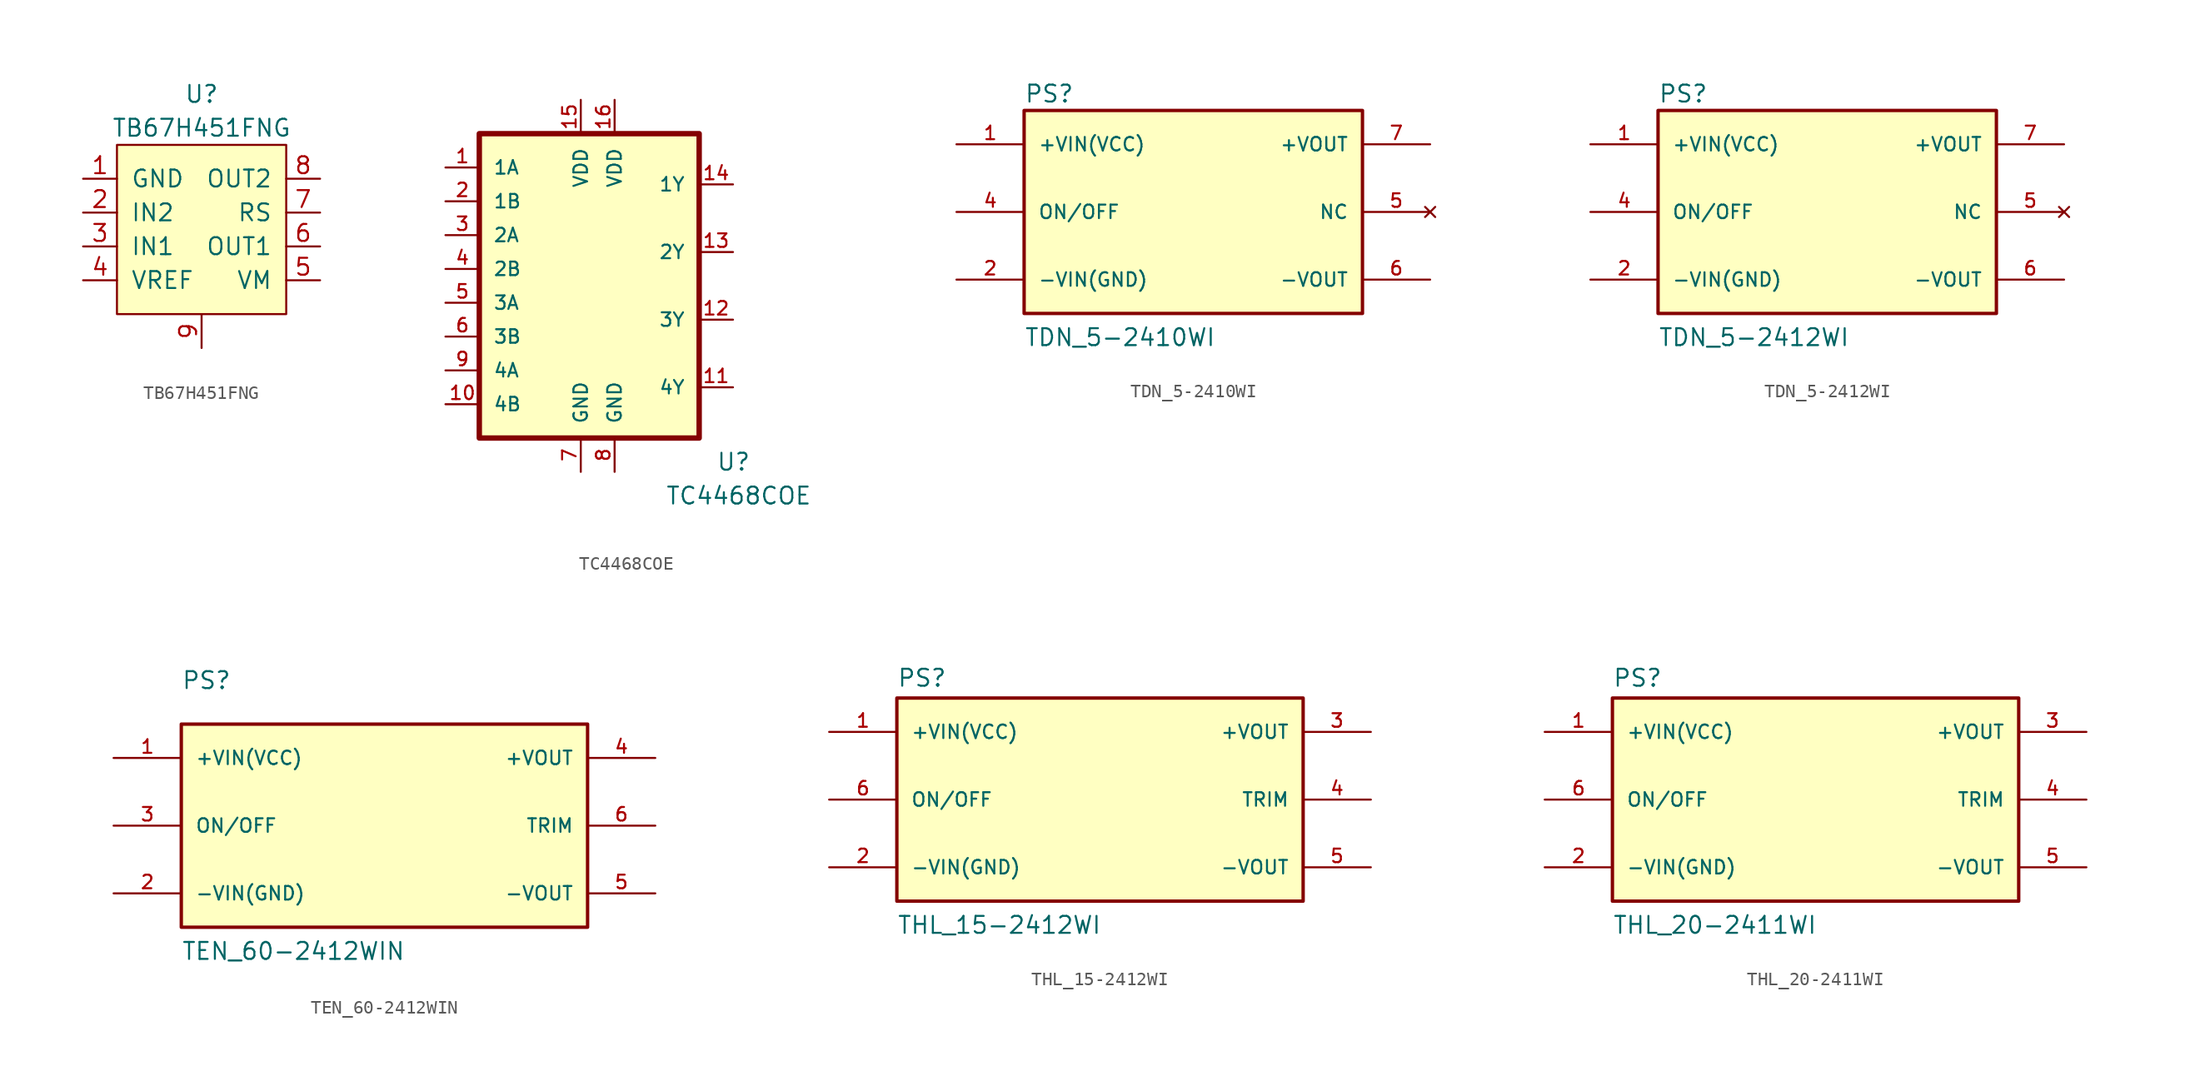
<source format=kicad_sym>
(kicad_symbol_lib
  (version 20220914)
  (generator kicad_symbol_editor)
  (symbol "TB67H451FNG"
    (pin_names
      (offset 1.016))
    (property "Reference" "U"
      (at 0 10.16 0)
      (effects (font (size 1.27 1.27))))
    (property "Value" "TB67H451FNG"
      (at 0 7.62 0)
      (effects (font (size 1.27 1.27))))
    (symbol "TB67H451FNG_0_1"
      (rectangle (start -6.35 6.35) (end 6.35 -6.35) (stroke (width 0) (type default)) (fill (type background))))
    (symbol "TB67H451FNG_1_1"
      (pin passive line (at -8.89 3.81 0) (length 2.54) (name "GND" (effects (font (size 1.27 1.27)))) (number "1" (effects (font (size 1.27 1.27)))))
      (pin input line (at -8.89 1.27 0) (length 2.54) (name "IN2" (effects (font (size 1.27 1.27)))) (number "2" (effects (font (size 1.27 1.27)))))
      (pin input line (at -8.89 -1.27 0) (length 2.54) (name "IN1" (effects (font (size 1.27 1.27)))) (number "3" (effects (font (size 1.27 1.27)))))
      (pin input line (at -8.89 -3.81 0) (length 2.54) (name "VREF" (effects (font (size 1.27 1.27)))) (number "4" (effects (font (size 1.27 1.27)))))
      (pin power_in line (at 8.89 -3.81 180) (length 2.54) (name "VM" (effects (font (size 1.27 1.27)))) (number "5" (effects (font (size 1.27 1.27)))))
      (pin power_out line (at 8.89 -1.27 180) (length 2.54) (name "OUT1" (effects (font (size 1.27 1.27)))) (number "6" (effects (font (size 1.27 1.27)))))
      (pin input line (at 8.89 1.27 180) (length 2.54) (name "RS" (effects (font (size 1.27 1.27)))) (number "7" (effects (font (size 1.27 1.27)))))
      (pin power_out line (at 8.89 3.81 180) (length 2.54) (name "OUT2" (effects (font (size 1.27 1.27)))) (number "8" (effects (font (size 1.27 1.27)))))
      (pin unspecified line (at 0 -8.89 90) (length 2.54) (name "" (effects (font (size 1.27 1.27)))) (number "9" (effects (font (size 1.27 1.27)))))))
  (symbol "TC4468COE"
    (pin_names
      (offset 1.016))
    (property "Reference" "U"
      (at 8.89 -13.97 0)
      (effects (font (size 1.27 1.27)) (justify left bottom)))
    (property "Value" "TC4468COE"
      (at 5.08 -16.51 0)
      (effects (font (size 1.27 1.27)) (justify left bottom)))
    (symbol "TC4468COE_0_0"
      (rectangle (start -8.89 -11.43) (end 7.62 11.43) (stroke (width 0.406) (type default)) (fill (type background)))
      (pin input line (at -11.43 8.89 0) (length 2.54) (name "1A" (effects (font (size 1.016 1.016)))) (number "1" (effects (font (size 1.016 1.016)))))
      (pin input line (at -11.43 -8.89 0) (length 2.54) (name "4B" (effects (font (size 1.016 1.016)))) (number "10" (effects (font (size 1.016 1.016)))))
      (pin output line (at 10.16 -7.62 180) (length 2.54) (name "4Y" (effects (font (size 1.016 1.016)))) (number "11" (effects (font (size 1.016 1.016)))))
      (pin output line (at 10.16 -2.54 180) (length 2.54) (name "3Y" (effects (font (size 1.016 1.016)))) (number "12" (effects (font (size 1.016 1.016)))))
      (pin output line (at 10.16 2.54 180) (length 2.54) (name "2Y" (effects (font (size 1.016 1.016)))) (number "13" (effects (font (size 1.016 1.016)))))
      (pin output line (at 10.16 7.62 180) (length 2.54) (name "1Y" (effects (font (size 1.016 1.016)))) (number "14" (effects (font (size 1.016 1.016)))))
      (pin power_in line (at -1.27 13.97 270) (length 2.54) (name "VDD" (effects (font (size 1.016 1.016)))) (number "15" (effects (font (size 1.016 1.016)))))
      (pin power_in line (at 1.27 13.97 270) (length 2.54) (name "VDD" (effects (font (size 1.016 1.016)))) (number "16" (effects (font (size 1.016 1.016)))))
      (pin input line (at -11.43 6.35 0) (length 2.54) (name "1B" (effects (font (size 1.016 1.016)))) (number "2" (effects (font (size 1.016 1.016)))))
      (pin input line (at -11.43 3.81 0) (length 2.54) (name "2A" (effects (font (size 1.016 1.016)))) (number "3" (effects (font (size 1.016 1.016)))))
      (pin input line (at -11.43 1.27 0) (length 2.54) (name "2B" (effects (font (size 1.016 1.016)))) (number "4" (effects (font (size 1.016 1.016)))))
      (pin input line (at -11.43 -1.27 0) (length 2.54) (name "3A" (effects (font (size 1.016 1.016)))) (number "5" (effects (font (size 1.016 1.016)))))
      (pin input line (at -11.43 -3.81 0) (length 2.54) (name "3B" (effects (font (size 1.016 1.016)))) (number "6" (effects (font (size 1.016 1.016)))))
      (pin power_in line (at -1.27 -13.97 90) (length 2.54) (name "GND" (effects (font (size 1.016 1.016)))) (number "7" (effects (font (size 1.016 1.016)))))
      (pin power_in line (at 1.27 -13.97 90) (length 2.54) (name "GND" (effects (font (size 1.016 1.016)))) (number "8" (effects (font (size 1.016 1.016)))))
      (pin input line (at -11.43 -6.35 0) (length 2.54) (name "4A" (effects (font (size 1.016 1.016)))) (number "9" (effects (font (size 1.016 1.016)))))))
  (symbol "TDN_5-2410WI"
    (pin_names
      (offset 1.016))
    (property "Reference" "PS"
      (at -12.7 8.128 0)
      (effects (font (size 1.27 1.27)) (justify left bottom)))
    (property "Value" "TDN_5-2410WI"
      (at -12.7 -10.16 0)
      (effects (font (size 1.27 1.27)) (justify left bottom)))
    (symbol "TDN_5-2410WI_0_0"
      (rectangle (start -12.7 -7.62) (end 12.7 7.62) (stroke (width 0.254) (type default)) (fill (type background)))
      (pin input line (at -17.78 5.08 0) (length 5.08) (name "+VIN(VCC)" (effects (font (size 1.016 1.016)))) (number "1" (effects (font (size 1.016 1.016)))))
      (pin input line (at -17.78 -5.08 0) (length 5.08) (name "-VIN(GND)" (effects (font (size 1.016 1.016)))) (number "2" (effects (font (size 1.016 1.016)))))
      (pin input line (at -17.78 0 0) (length 5.08) (name "ON/OFF" (effects (font (size 1.016 1.016)))) (number "4" (effects (font (size 1.016 1.016)))))
      (pin no_connect line (at 17.78 0 180) (length 5.08) (name "NC" (effects (font (size 1.016 1.016)))) (number "5" (effects (font (size 1.016 1.016)))))
      (pin output line (at 17.78 -5.08 180) (length 5.08) (name "-VOUT" (effects (font (size 1.016 1.016)))) (number "6" (effects (font (size 1.016 1.016)))))
      (pin output line (at 17.78 5.08 180) (length 5.08) (name "+VOUT" (effects (font (size 1.016 1.016)))) (number "7" (effects (font (size 1.016 1.016)))))))
  (symbol "TDN_5-2412WI"
    (pin_names
      (offset 1.016))
    (property "Reference" "PS"
      (at -12.7 8.128 0)
      (effects (font (size 1.27 1.27)) (justify left bottom)))
    (property "Value" "TDN_5-2412WI"
      (at -12.7 -10.16 0)
      (effects (font (size 1.27 1.27)) (justify left bottom)))
    (symbol "TDN_5-2412WI_0_0"
      (rectangle (start -12.7 -7.62) (end 12.7 7.62) (stroke (width 0.254) (type default)) (fill (type background)))
      (pin input line (at -17.78 5.08 0) (length 5.08) (name "+VIN(VCC)" (effects (font (size 1.016 1.016)))) (number "1" (effects (font (size 1.016 1.016)))))
      (pin input line (at -17.78 -5.08 0) (length 5.08) (name "-VIN(GND)" (effects (font (size 1.016 1.016)))) (number "2" (effects (font (size 1.016 1.016)))))
      (pin input line (at -17.78 0 0) (length 5.08) (name "ON/OFF" (effects (font (size 1.016 1.016)))) (number "4" (effects (font (size 1.016 1.016)))))
      (pin no_connect line (at 17.78 0 180) (length 5.08) (name "NC" (effects (font (size 1.016 1.016)))) (number "5" (effects (font (size 1.016 1.016)))))
      (pin output line (at 17.78 -5.08 180) (length 5.08) (name "-VOUT" (effects (font (size 1.016 1.016)))) (number "6" (effects (font (size 1.016 1.016)))))
      (pin output line (at 17.78 5.08 180) (length 5.08) (name "+VOUT" (effects (font (size 1.016 1.016)))) (number "7" (effects (font (size 1.016 1.016)))))))
  (symbol "TEN_60-2412WIN"
    (pin_names
      (offset 1.016))
    (property "Reference" "PS"
      (at -15.24 10.16 0)
      (effects (font (size 1.27 1.27)) (justify left bottom)))
    (property "Value" "TEN_60-2412WIN"
      (at -15.24 -10.16 0)
      (effects (font (size 1.27 1.27)) (justify left bottom)))
    (symbol "TEN_60-2412WIN_0_0"
      (rectangle (start -15.24 -7.62) (end 15.24 7.62) (stroke (width 0.254) (type default)) (fill (type background)))
      (pin input line (at -20.32 5.08 0) (length 5.08) (name "+VIN(VCC)" (effects (font (size 1.016 1.016)))) (number "1" (effects (font (size 1.016 1.016)))))
      (pin input line (at -20.32 -5.08 0) (length 5.08) (name "-VIN(GND)" (effects (font (size 1.016 1.016)))) (number "2" (effects (font (size 1.016 1.016)))))
      (pin input line (at -20.32 0 0) (length 5.08) (name "ON/OFF" (effects (font (size 1.016 1.016)))) (number "3" (effects (font (size 1.016 1.016)))))
      (pin output line (at 20.32 5.08 180) (length 5.08) (name "+VOUT" (effects (font (size 1.016 1.016)))) (number "4" (effects (font (size 1.016 1.016)))))
      (pin output line (at 20.32 -5.08 180) (length 5.08) (name "-VOUT" (effects (font (size 1.016 1.016)))) (number "5" (effects (font (size 1.016 1.016)))))
      (pin passive line (at 20.32 0 180) (length 5.08) (name "TRIM" (effects (font (size 1.016 1.016)))) (number "6" (effects (font (size 1.016 1.016)))))))
  (symbol "THL_15-2412WI"
    (pin_names
      (offset 1.016))
    (property "Reference" "PS"
      (at -15.24 8.382 0)
      (effects (font (size 1.27 1.27)) (justify left bottom)))
    (property "Value" "THL_15-2412WI"
      (at -15.24 -10.16 0)
      (effects (font (size 1.27 1.27)) (justify left bottom)))
    (symbol "THL_15-2412WI_0_0"
      (rectangle (start -15.24 -7.62) (end 15.24 7.62) (stroke (width 0.254) (type default)) (fill (type background)))
      (pin input line (at -20.32 5.08 0) (length 5.08) (name "+VIN(VCC)" (effects (font (size 1.016 1.016)))) (number "1" (effects (font (size 1.016 1.016)))))
      (pin input line (at -20.32 -5.08 0) (length 5.08) (name "-VIN(GND)" (effects (font (size 1.016 1.016)))) (number "2" (effects (font (size 1.016 1.016)))))
      (pin output line (at 20.32 5.08 180) (length 5.08) (name "+VOUT" (effects (font (size 1.016 1.016)))) (number "3" (effects (font (size 1.016 1.016)))))
      (pin passive line (at 20.32 0 180) (length 5.08) (name "TRIM" (effects (font (size 1.016 1.016)))) (number "4" (effects (font (size 1.016 1.016)))))
      (pin output line (at 20.32 -5.08 180) (length 5.08) (name "-VOUT" (effects (font (size 1.016 1.016)))) (number "5" (effects (font (size 1.016 1.016)))))
      (pin input line (at -20.32 0 0) (length 5.08) (name "ON/OFF" (effects (font (size 1.016 1.016)))) (number "6" (effects (font (size 1.016 1.016)))))))
  (symbol "THL_20-2411WI"
    (pin_names
      (offset 1.016))
    (property "Reference" "PS"
      (at -15.24 8.382 0)
      (effects (font (size 1.27 1.27)) (justify left bottom)))
    (property "Value" "THL_20-2411WI"
      (at -15.24 -10.16 0)
      (effects (font (size 1.27 1.27)) (justify left bottom)))
    (symbol "THL_20-2411WI_0_0"
      (rectangle (start -15.24 -7.62) (end 15.24 7.62) (stroke (width 0.254) (type default)) (fill (type background)))
      (pin input line (at -20.32 5.08 0) (length 5.08) (name "+VIN(VCC)" (effects (font (size 1.016 1.016)))) (number "1" (effects (font (size 1.016 1.016)))))
      (pin input line (at -20.32 -5.08 0) (length 5.08) (name "-VIN(GND)" (effects (font (size 1.016 1.016)))) (number "2" (effects (font (size 1.016 1.016)))))
      (pin output line (at 20.32 5.08 180) (length 5.08) (name "+VOUT" (effects (font (size 1.016 1.016)))) (number "3" (effects (font (size 1.016 1.016)))))
      (pin passive line (at 20.32 0 180) (length 5.08) (name "TRIM" (effects (font (size 1.016 1.016)))) (number "4" (effects (font (size 1.016 1.016)))))
      (pin output line (at 20.32 -5.08 180) (length 5.08) (name "-VOUT" (effects (font (size 1.016 1.016)))) (number "5" (effects (font (size 1.016 1.016)))))
      (pin input line (at -20.32 0 0) (length 5.08) (name "ON/OFF" (effects (font (size 1.016 1.016)))) (number "6" (effects (font (size 1.016 1.016))))))))
</source>
